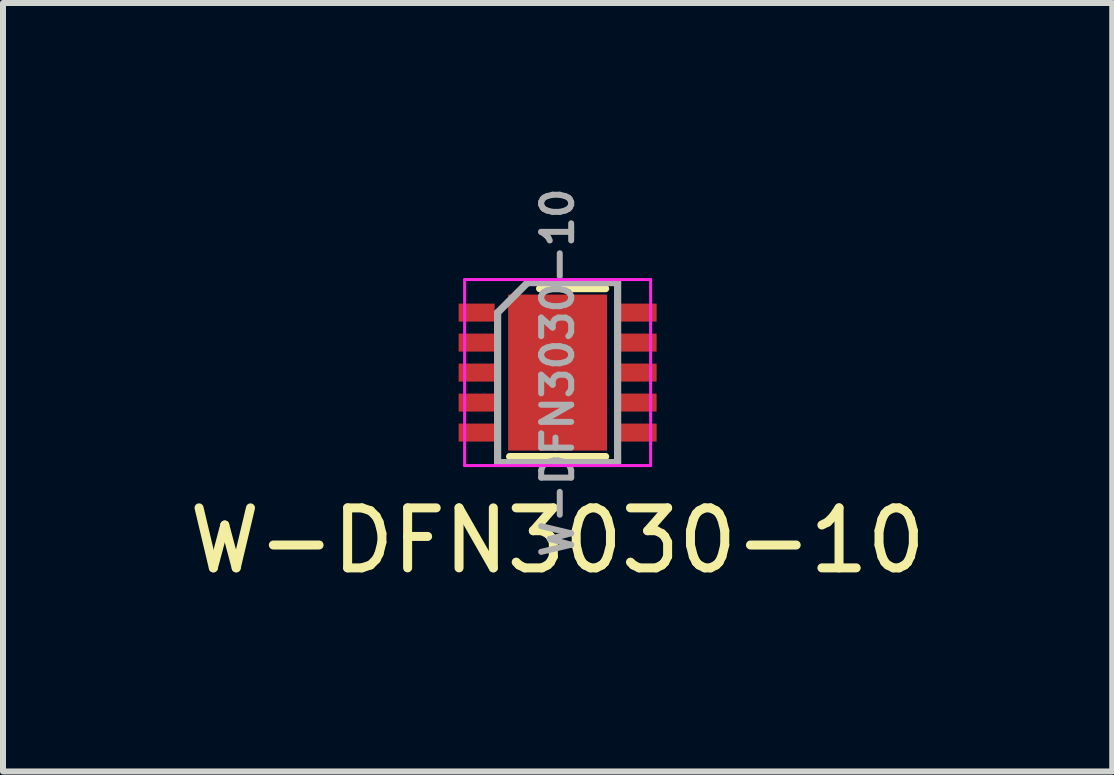
<source format=kicad_pcb>
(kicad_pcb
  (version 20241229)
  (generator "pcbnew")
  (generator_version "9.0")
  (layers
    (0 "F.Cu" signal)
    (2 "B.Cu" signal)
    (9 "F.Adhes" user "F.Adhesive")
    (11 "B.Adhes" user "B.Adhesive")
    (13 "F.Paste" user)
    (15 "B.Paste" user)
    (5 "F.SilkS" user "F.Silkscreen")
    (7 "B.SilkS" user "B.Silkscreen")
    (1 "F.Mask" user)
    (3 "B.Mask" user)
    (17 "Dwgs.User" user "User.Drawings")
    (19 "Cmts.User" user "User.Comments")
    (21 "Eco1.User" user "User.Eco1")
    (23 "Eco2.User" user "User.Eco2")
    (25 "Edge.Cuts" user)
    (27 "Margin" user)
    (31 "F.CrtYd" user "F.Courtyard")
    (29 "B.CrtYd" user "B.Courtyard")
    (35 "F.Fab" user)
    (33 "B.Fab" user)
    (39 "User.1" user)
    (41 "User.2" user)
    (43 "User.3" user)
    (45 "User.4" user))
  (footprint "W-DFN3030-10"
    (layer "F.Cu")
    (at 6.244 3.16)
    (property "Reference" "W-DFN3030-10" (at 0 2.8 0) (unlocked yes) (layer "F.SilkS") (effects (font (size 1 1) (thickness 0.15))))
    (attr smd)
    (fp_line (start 0.8 -1.4) (end -0.3 -1.4) (stroke (width 0.12) (type solid)) (layer "F.SilkS"))
    (fp_line (start 0.8 1.4) (end -0.8 1.4) (stroke (width 0.12) (type solid)) (layer "F.SilkS"))
    (fp_line (start -1.55 -1.55) (end 1.55 -1.55) (stroke (width 0.05) (type solid)) (layer "F.CrtYd"))
    (fp_line (start -1.55 1.55) (end -1.55 -1.55) (stroke (width 0.05) (type solid)) (layer "F.CrtYd"))
    (fp_line (start 1.55 -1.55) (end 1.55 1.55) (stroke (width 0.05) (type solid)) (layer "F.CrtYd"))
    (fp_line (start 1.55 1.55) (end -1.55 1.55) (stroke (width 0.05) (type solid)) (layer "F.CrtYd"))
    (fp_line (start -1 1.5) (end -1 -1) (stroke (width 0.12) (type solid)) (layer "F.Fab"))
    (fp_line (start -0.5 -1.5) (end -1 -1) (stroke (width 0.12) (type solid)) (layer "F.Fab"))
    (fp_line (start -0.5 -1.5) (end 1 -1.5) (stroke (width 0.12) (type solid)) (layer "F.Fab"))
    (fp_line (start 1 -1.5) (end 1 1.5) (stroke (width 0.12) (type solid)) (layer "F.Fab"))
    (fp_line (start 1 1.5) (end -1 1.5) (stroke (width 0.12) (type solid)) (layer "F.Fab"))
    (fp_text user "${REFERENCE}" (at 0 0 90) (unlocked yes) (layer "F.Fab") (effects (font (size 0.5 0.5) (thickness 0.1))))
    (pad "1" smd rect (at -1.35 -1 90) (size 0.3 0.6) (layers "F.Cu" "F.Mask" "F.Paste"))
    (pad "2" smd rect (at -1.35 -0.5 90) (size 0.3 0.6) (layers "F.Cu" "F.Mask" "F.Paste"))
    (pad "3" smd rect (at -1.35 0 90) (size 0.3 0.6) (layers "F.Cu" "F.Mask" "F.Paste"))
    (pad "4" smd rect (at -1.35 0.5 90) (size 0.3 0.6) (layers "F.Cu" "F.Mask" "F.Paste"))
    (pad "5" smd rect (at -1.35 1 90) (size 0.3 0.6) (layers "F.Cu" "F.Mask" "F.Paste"))
    (pad "6" smd rect (at 1.35 1 90) (size 0.3 0.6) (layers "F.Cu" "F.Mask" "F.Paste"))
    (pad "7" smd rect (at 1.35 0.5 90) (size 0.3 0.6) (layers "F.Cu" "F.Mask" "F.Paste"))
    (pad "8" smd rect (at 1.35 0 90) (size 0.3 0.6) (layers "F.Cu" "F.Mask" "F.Paste"))
    (pad "9" smd rect (at 1.35 -0.5 90) (size 0.3 0.6) (layers "F.Cu" "F.Mask" "F.Paste"))
    (pad "10" smd rect (at 1.35 -1 90) (size 0.3 0.6) (layers "F.Cu" "F.Mask" "F.Paste"))
    (pad "11" smd rect (at 0 0 90) (size 2.6 1.65) (layers "F.Cu" "F.Mask" "F.Paste")))
  (gr_rect
    (start -3 -3)
    (end 15.488 9.808)
    (stroke (width 0.1) (type default))
    (fill no)
    (layer "Edge.Cuts")))
</source>
